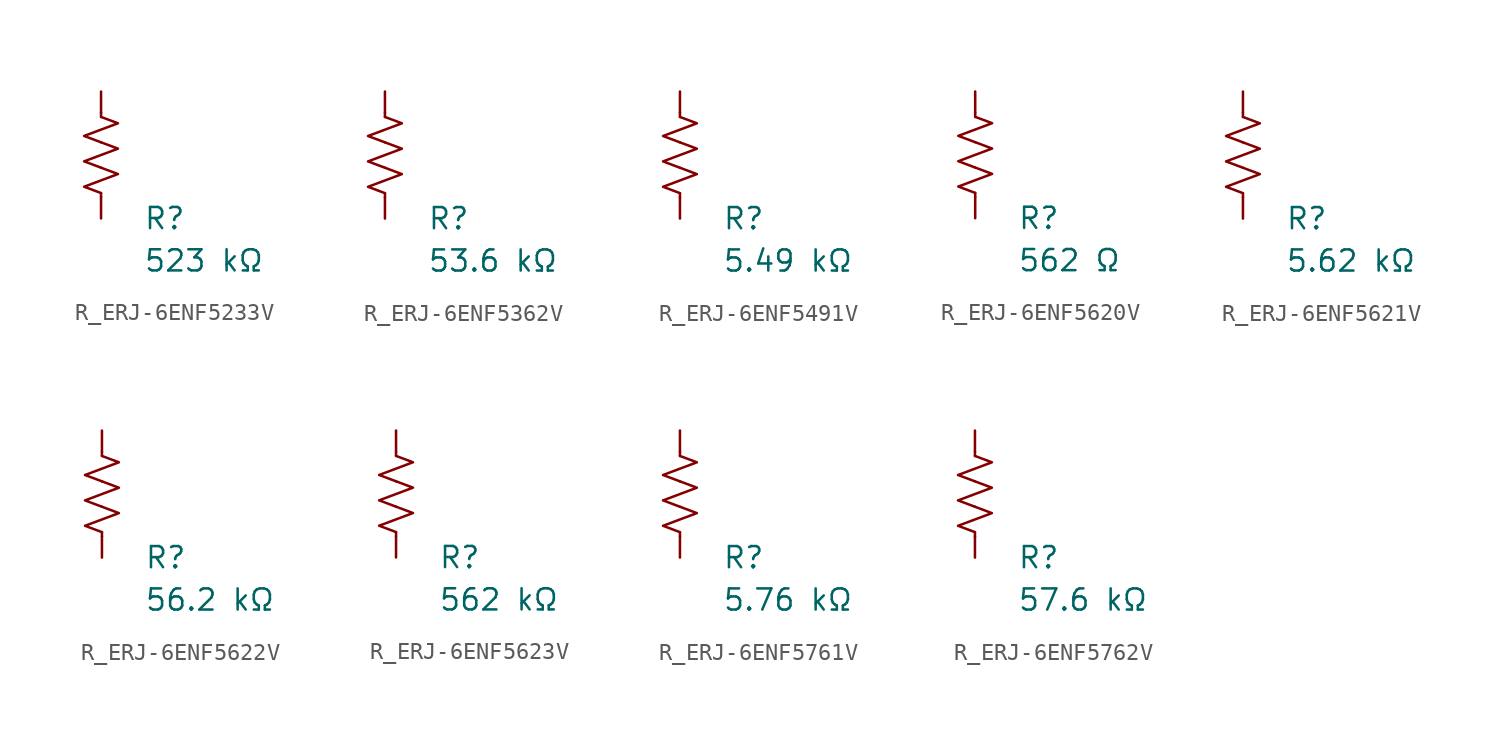
<source format=kicad_sym>
(kicad_symbol_lib
  (version 20231120)
  (generator "kicad_symbol_editor")
  (generator_version "8.0")
  (symbol "R_ERJ-6ENF5233V"
    (pin_numbers hide)
    (pin_names
      (offset 0))
    (property "Reference" "R"
      (at 2.54 -3.81 0)
      (effects (font (size 1.27 1.27)) (justify left))
      (show_name no))
    (property "Value" "523 kΩ"
      (at 2.54 -6.35 0)
      (effects (font (size 1.27 1.27)) (justify left))
      (show_name no))
    (symbol "R_ERJ-6ENF5233V_0_1"
      (polyline (pts (xy 0 -2.286) (xy 0 -2.54)) (stroke (width 0) (type default)) (fill (type none)))
      (polyline (pts (xy 0 2.286) (xy 0 2.54)) (stroke (width 0) (type default)) (fill (type none)))
      (polyline (pts (xy 0 -0.762) (xy 1.016 -1.143) (xy 0 -1.524) (xy -1.016 -1.905) (xy 0 -2.286)) (stroke (width 0) (type default)) (fill (type none)))
      (polyline (pts (xy 0 0.762) (xy 1.016 0.381) (xy 0 0) (xy -1.016 -0.381) (xy 0 -0.762)) (stroke (width 0) (type default)) (fill (type none)))
      (polyline (pts (xy 0 2.286) (xy 1.016 1.905) (xy 0 1.524) (xy -1.016 1.143) (xy 0 0.762)) (stroke (width 0) (type default)) (fill (type none))))
    (symbol "R_ERJ-6ENF5233V_1_1"
      (pin passive line (at 0 3.81 270) (length 1.27) (name "~" (effects (font (size 1.27 1.27)))) (number "1" (effects (font (size 1.27 1.27)))))
      (pin passive line (at 0 -3.81 90) (length 1.27) (name "~" (effects (font (size 1.27 1.27)))) (number "2" (effects (font (size 1.27 1.27)))))))
  (symbol "R_ERJ-6ENF5362V"
    (pin_numbers hide)
    (pin_names
      (offset 0))
    (property "Reference" "R"
      (at 2.54 -3.81 0)
      (effects (font (size 1.27 1.27)) (justify left))
      (show_name no))
    (property "Value" "53.6 kΩ"
      (at 2.54 -6.35 0)
      (effects (font (size 1.27 1.27)) (justify left))
      (show_name no))
    (symbol "R_ERJ-6ENF5362V_0_1"
      (polyline (pts (xy 0 -2.286) (xy 0 -2.54)) (stroke (width 0) (type default)) (fill (type none)))
      (polyline (pts (xy 0 2.286) (xy 0 2.54)) (stroke (width 0) (type default)) (fill (type none)))
      (polyline (pts (xy 0 -0.762) (xy 1.016 -1.143) (xy 0 -1.524) (xy -1.016 -1.905) (xy 0 -2.286)) (stroke (width 0) (type default)) (fill (type none)))
      (polyline (pts (xy 0 0.762) (xy 1.016 0.381) (xy 0 0) (xy -1.016 -0.381) (xy 0 -0.762)) (stroke (width 0) (type default)) (fill (type none)))
      (polyline (pts (xy 0 2.286) (xy 1.016 1.905) (xy 0 1.524) (xy -1.016 1.143) (xy 0 0.762)) (stroke (width 0) (type default)) (fill (type none))))
    (symbol "R_ERJ-6ENF5362V_1_1"
      (pin passive line (at 0 3.81 270) (length 1.27) (name "~" (effects (font (size 1.27 1.27)))) (number "1" (effects (font (size 1.27 1.27)))))
      (pin passive line (at 0 -3.81 90) (length 1.27) (name "~" (effects (font (size 1.27 1.27)))) (number "2" (effects (font (size 1.27 1.27)))))))
  (symbol "R_ERJ-6ENF5491V"
    (pin_numbers hide)
    (pin_names
      (offset 0))
    (property "Reference" "R"
      (at 2.54 -3.81 0)
      (effects (font (size 1.27 1.27)) (justify left))
      (show_name no))
    (property "Value" "5.49 kΩ"
      (at 2.54 -6.35 0)
      (effects (font (size 1.27 1.27)) (justify left))
      (show_name no))
    (symbol "R_ERJ-6ENF5491V_0_1"
      (polyline (pts (xy 0 -2.286) (xy 0 -2.54)) (stroke (width 0) (type default)) (fill (type none)))
      (polyline (pts (xy 0 2.286) (xy 0 2.54)) (stroke (width 0) (type default)) (fill (type none)))
      (polyline (pts (xy 0 -0.762) (xy 1.016 -1.143) (xy 0 -1.524) (xy -1.016 -1.905) (xy 0 -2.286)) (stroke (width 0) (type default)) (fill (type none)))
      (polyline (pts (xy 0 0.762) (xy 1.016 0.381) (xy 0 0) (xy -1.016 -0.381) (xy 0 -0.762)) (stroke (width 0) (type default)) (fill (type none)))
      (polyline (pts (xy 0 2.286) (xy 1.016 1.905) (xy 0 1.524) (xy -1.016 1.143) (xy 0 0.762)) (stroke (width 0) (type default)) (fill (type none))))
    (symbol "R_ERJ-6ENF5491V_1_1"
      (pin passive line (at 0 3.81 270) (length 1.27) (name "~" (effects (font (size 1.27 1.27)))) (number "1" (effects (font (size 1.27 1.27)))))
      (pin passive line (at 0 -3.81 90) (length 1.27) (name "~" (effects (font (size 1.27 1.27)))) (number "2" (effects (font (size 1.27 1.27)))))))
  (symbol "R_ERJ-6ENF5620V"
    (pin_numbers hide)
    (pin_names
      (offset 0))
    (property "Reference" "R"
      (at 2.54 -3.81 0)
      (effects (font (size 1.27 1.27)) (justify left))
      (show_name no))
    (property "Value" "562 Ω"
      (at 2.54 -6.35 0)
      (effects (font (size 1.27 1.27)) (justify left))
      (show_name no))
    (symbol "R_ERJ-6ENF5620V_0_1"
      (polyline (pts (xy 0 -2.286) (xy 0 -2.54)) (stroke (width 0) (type default)) (fill (type none)))
      (polyline (pts (xy 0 2.286) (xy 0 2.54)) (stroke (width 0) (type default)) (fill (type none)))
      (polyline (pts (xy 0 -0.762) (xy 1.016 -1.143) (xy 0 -1.524) (xy -1.016 -1.905) (xy 0 -2.286)) (stroke (width 0) (type default)) (fill (type none)))
      (polyline (pts (xy 0 0.762) (xy 1.016 0.381) (xy 0 0) (xy -1.016 -0.381) (xy 0 -0.762)) (stroke (width 0) (type default)) (fill (type none)))
      (polyline (pts (xy 0 2.286) (xy 1.016 1.905) (xy 0 1.524) (xy -1.016 1.143) (xy 0 0.762)) (stroke (width 0) (type default)) (fill (type none))))
    (symbol "R_ERJ-6ENF5620V_1_1"
      (pin passive line (at 0 3.81 270) (length 1.27) (name "~" (effects (font (size 1.27 1.27)))) (number "1" (effects (font (size 1.27 1.27)))))
      (pin passive line (at 0 -3.81 90) (length 1.27) (name "~" (effects (font (size 1.27 1.27)))) (number "2" (effects (font (size 1.27 1.27)))))))
  (symbol "R_ERJ-6ENF5621V"
    (pin_numbers hide)
    (pin_names
      (offset 0))
    (property "Reference" "R"
      (at 2.54 -3.81 0)
      (effects (font (size 1.27 1.27)) (justify left))
      (show_name no))
    (property "Value" "5.62 kΩ"
      (at 2.54 -6.35 0)
      (effects (font (size 1.27 1.27)) (justify left))
      (show_name no))
    (symbol "R_ERJ-6ENF5621V_0_1"
      (polyline (pts (xy 0 -2.286) (xy 0 -2.54)) (stroke (width 0) (type default)) (fill (type none)))
      (polyline (pts (xy 0 2.286) (xy 0 2.54)) (stroke (width 0) (type default)) (fill (type none)))
      (polyline (pts (xy 0 -0.762) (xy 1.016 -1.143) (xy 0 -1.524) (xy -1.016 -1.905) (xy 0 -2.286)) (stroke (width 0) (type default)) (fill (type none)))
      (polyline (pts (xy 0 0.762) (xy 1.016 0.381) (xy 0 0) (xy -1.016 -0.381) (xy 0 -0.762)) (stroke (width 0) (type default)) (fill (type none)))
      (polyline (pts (xy 0 2.286) (xy 1.016 1.905) (xy 0 1.524) (xy -1.016 1.143) (xy 0 0.762)) (stroke (width 0) (type default)) (fill (type none))))
    (symbol "R_ERJ-6ENF5621V_1_1"
      (pin passive line (at 0 3.81 270) (length 1.27) (name "~" (effects (font (size 1.27 1.27)))) (number "1" (effects (font (size 1.27 1.27)))))
      (pin passive line (at 0 -3.81 90) (length 1.27) (name "~" (effects (font (size 1.27 1.27)))) (number "2" (effects (font (size 1.27 1.27)))))))
  (symbol "R_ERJ-6ENF5622V"
    (pin_numbers hide)
    (pin_names
      (offset 0))
    (property "Reference" "R"
      (at 2.54 -3.81 0)
      (effects (font (size 1.27 1.27)) (justify left))
      (show_name no))
    (property "Value" "56.2 kΩ"
      (at 2.54 -6.35 0)
      (effects (font (size 1.27 1.27)) (justify left))
      (show_name no))
    (symbol "R_ERJ-6ENF5622V_0_1"
      (polyline (pts (xy 0 -2.286) (xy 0 -2.54)) (stroke (width 0) (type default)) (fill (type none)))
      (polyline (pts (xy 0 2.286) (xy 0 2.54)) (stroke (width 0) (type default)) (fill (type none)))
      (polyline (pts (xy 0 -0.762) (xy 1.016 -1.143) (xy 0 -1.524) (xy -1.016 -1.905) (xy 0 -2.286)) (stroke (width 0) (type default)) (fill (type none)))
      (polyline (pts (xy 0 0.762) (xy 1.016 0.381) (xy 0 0) (xy -1.016 -0.381) (xy 0 -0.762)) (stroke (width 0) (type default)) (fill (type none)))
      (polyline (pts (xy 0 2.286) (xy 1.016 1.905) (xy 0 1.524) (xy -1.016 1.143) (xy 0 0.762)) (stroke (width 0) (type default)) (fill (type none))))
    (symbol "R_ERJ-6ENF5622V_1_1"
      (pin passive line (at 0 3.81 270) (length 1.27) (name "~" (effects (font (size 1.27 1.27)))) (number "1" (effects (font (size 1.27 1.27)))))
      (pin passive line (at 0 -3.81 90) (length 1.27) (name "~" (effects (font (size 1.27 1.27)))) (number "2" (effects (font (size 1.27 1.27)))))))
  (symbol "R_ERJ-6ENF5623V"
    (pin_numbers hide)
    (pin_names
      (offset 0))
    (property "Reference" "R"
      (at 2.54 -3.81 0)
      (effects (font (size 1.27 1.27)) (justify left))
      (show_name no))
    (property "Value" "562 kΩ"
      (at 2.54 -6.35 0)
      (effects (font (size 1.27 1.27)) (justify left))
      (show_name no))
    (symbol "R_ERJ-6ENF5623V_0_1"
      (polyline (pts (xy 0 -2.286) (xy 0 -2.54)) (stroke (width 0) (type default)) (fill (type none)))
      (polyline (pts (xy 0 2.286) (xy 0 2.54)) (stroke (width 0) (type default)) (fill (type none)))
      (polyline (pts (xy 0 -0.762) (xy 1.016 -1.143) (xy 0 -1.524) (xy -1.016 -1.905) (xy 0 -2.286)) (stroke (width 0) (type default)) (fill (type none)))
      (polyline (pts (xy 0 0.762) (xy 1.016 0.381) (xy 0 0) (xy -1.016 -0.381) (xy 0 -0.762)) (stroke (width 0) (type default)) (fill (type none)))
      (polyline (pts (xy 0 2.286) (xy 1.016 1.905) (xy 0 1.524) (xy -1.016 1.143) (xy 0 0.762)) (stroke (width 0) (type default)) (fill (type none))))
    (symbol "R_ERJ-6ENF5623V_1_1"
      (pin passive line (at 0 3.81 270) (length 1.27) (name "~" (effects (font (size 1.27 1.27)))) (number "1" (effects (font (size 1.27 1.27)))))
      (pin passive line (at 0 -3.81 90) (length 1.27) (name "~" (effects (font (size 1.27 1.27)))) (number "2" (effects (font (size 1.27 1.27)))))))
  (symbol "R_ERJ-6ENF5761V"
    (pin_numbers hide)
    (pin_names
      (offset 0))
    (property "Reference" "R"
      (at 2.54 -3.81 0)
      (effects (font (size 1.27 1.27)) (justify left))
      (show_name no))
    (property "Value" "5.76 kΩ"
      (at 2.54 -6.35 0)
      (effects (font (size 1.27 1.27)) (justify left))
      (show_name no))
    (symbol "R_ERJ-6ENF5761V_0_1"
      (polyline (pts (xy 0 -2.286) (xy 0 -2.54)) (stroke (width 0) (type default)) (fill (type none)))
      (polyline (pts (xy 0 2.286) (xy 0 2.54)) (stroke (width 0) (type default)) (fill (type none)))
      (polyline (pts (xy 0 -0.762) (xy 1.016 -1.143) (xy 0 -1.524) (xy -1.016 -1.905) (xy 0 -2.286)) (stroke (width 0) (type default)) (fill (type none)))
      (polyline (pts (xy 0 0.762) (xy 1.016 0.381) (xy 0 0) (xy -1.016 -0.381) (xy 0 -0.762)) (stroke (width 0) (type default)) (fill (type none)))
      (polyline (pts (xy 0 2.286) (xy 1.016 1.905) (xy 0 1.524) (xy -1.016 1.143) (xy 0 0.762)) (stroke (width 0) (type default)) (fill (type none))))
    (symbol "R_ERJ-6ENF5761V_1_1"
      (pin passive line (at 0 3.81 270) (length 1.27) (name "~" (effects (font (size 1.27 1.27)))) (number "1" (effects (font (size 1.27 1.27)))))
      (pin passive line (at 0 -3.81 90) (length 1.27) (name "~" (effects (font (size 1.27 1.27)))) (number "2" (effects (font (size 1.27 1.27)))))))
  (symbol "R_ERJ-6ENF5762V"
    (pin_numbers hide)
    (pin_names
      (offset 0))
    (property "Reference" "R"
      (at 2.54 -3.81 0)
      (effects (font (size 1.27 1.27)) (justify left))
      (show_name no))
    (property "Value" "57.6 kΩ"
      (at 2.54 -6.35 0)
      (effects (font (size 1.27 1.27)) (justify left))
      (show_name no))
    (symbol "R_ERJ-6ENF5762V_0_1"
      (polyline (pts (xy 0 -2.286) (xy 0 -2.54)) (stroke (width 0) (type default)) (fill (type none)))
      (polyline (pts (xy 0 2.286) (xy 0 2.54)) (stroke (width 0) (type default)) (fill (type none)))
      (polyline (pts (xy 0 -0.762) (xy 1.016 -1.143) (xy 0 -1.524) (xy -1.016 -1.905) (xy 0 -2.286)) (stroke (width 0) (type default)) (fill (type none)))
      (polyline (pts (xy 0 0.762) (xy 1.016 0.381) (xy 0 0) (xy -1.016 -0.381) (xy 0 -0.762)) (stroke (width 0) (type default)) (fill (type none)))
      (polyline (pts (xy 0 2.286) (xy 1.016 1.905) (xy 0 1.524) (xy -1.016 1.143) (xy 0 0.762)) (stroke (width 0) (type default)) (fill (type none))))
    (symbol "R_ERJ-6ENF5762V_1_1"
      (pin passive line (at 0 3.81 270) (length 1.27) (name "~" (effects (font (size 1.27 1.27)))) (number "1" (effects (font (size 1.27 1.27)))))
      (pin passive line (at 0 -3.81 90) (length 1.27) (name "~" (effects (font (size 1.27 1.27)))) (number "2" (effects (font (size 1.27 1.27))))))))
</source>
